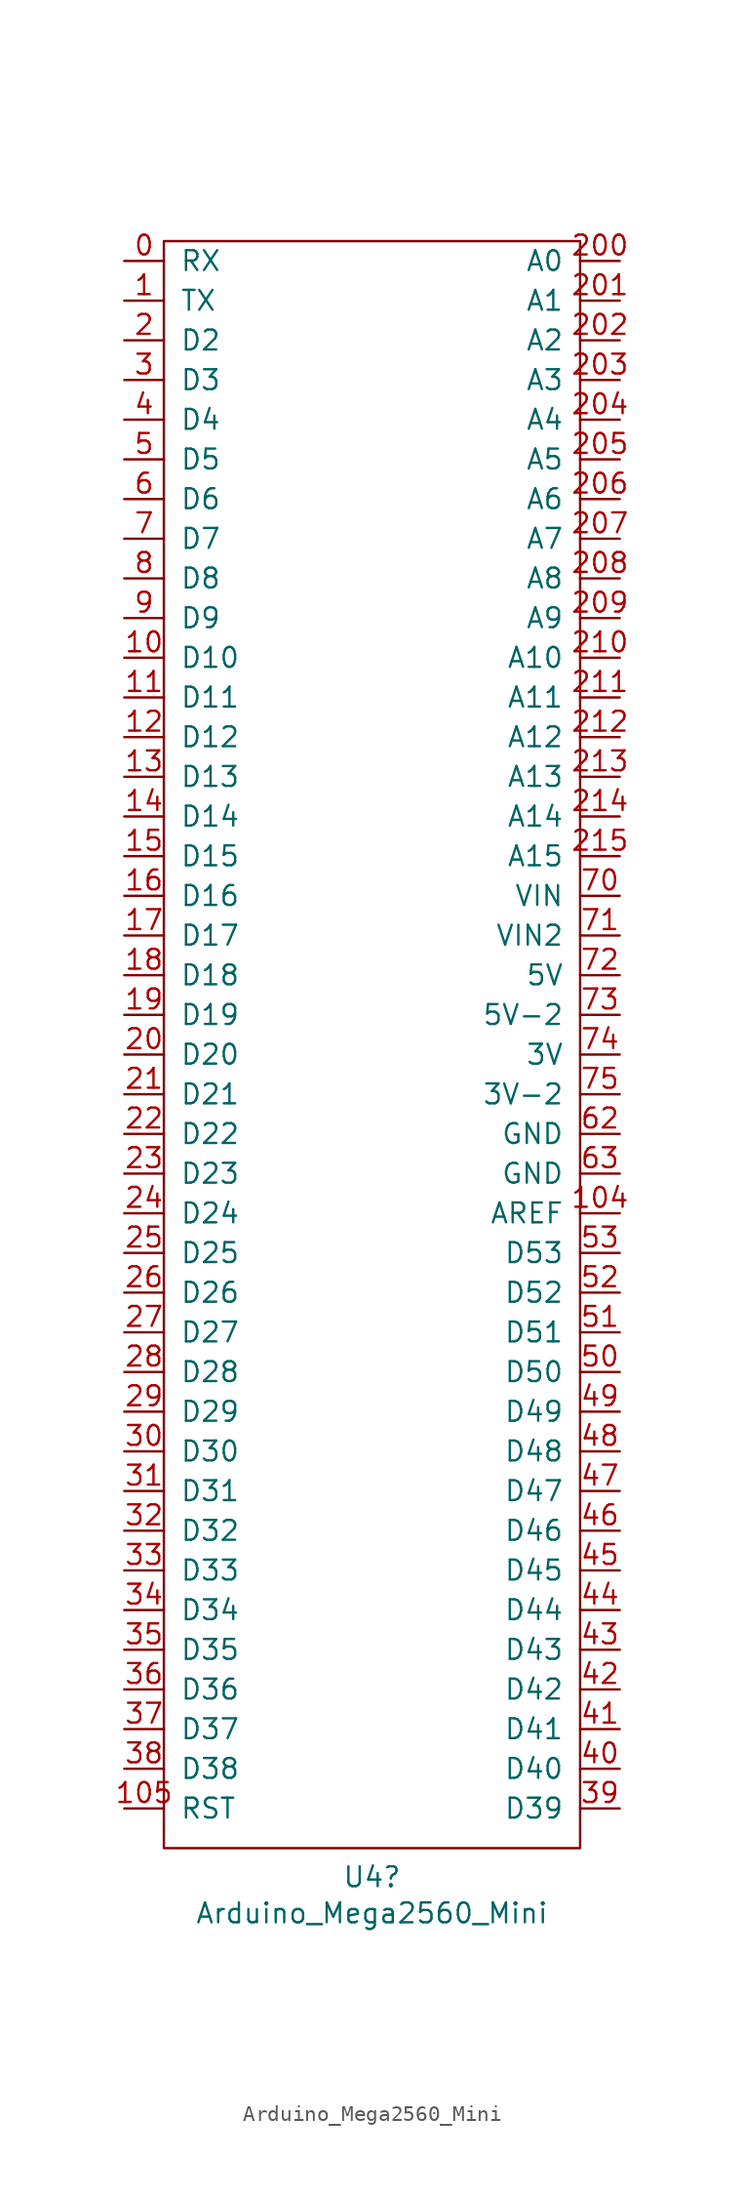
<source format=kicad_sym>
(kicad_symbol_lib
  (version 20211014)
  (generator kicad_symbol_editor)
  (symbol "Arduino_Mega2560_Mini"
    (pin_names
      (offset 1.016))
    (property "Reference" "U4"
      (at -0.635 -56.464 0)
      (effects (font (size 1.27 1.27))))
    (property "Value" "Arduino_Mega2560_Mini"
      (at -0.635 -58.776 0)
      (effects (font (size 1.27 1.27))))
    (symbol "Arduino_Mega2560_Mini_0_1"
      (rectangle (start -13.97 48.26) (end 12.7 -54.61) (stroke (width 0) (type default) (color 0 0 0 0)) (fill (type none))))
    (symbol "Arduino_Mega2560_Mini_1_1"
      (pin bidirectional line (at -16.51 46.99 0) (length 2.54) (name "RX" (effects (font (size 1.27 1.27)))) (number "0" (effects (font (size 1.27 1.27)))))
      (pin bidirectional line (at -16.51 44.45 0) (length 2.54) (name "TX" (effects (font (size 1.27 1.27)))) (number "1" (effects (font (size 1.27 1.27)))))
      (pin bidirectional line (at -16.51 21.59 0) (length 2.54) (name "D10" (effects (font (size 1.27 1.27)))) (number "10" (effects (font (size 1.27 1.27)))))
      (pin bidirectional line (at 15.24 -13.97 180) (length 2.54) (name "AREF" (effects (font (size 1.27 1.27)))) (number "104" (effects (font (size 1.27 1.27)))))
      (pin bidirectional line (at -16.51 -52.07 0) (length 2.54) (name "RST" (effects (font (size 1.27 1.27)))) (number "105" (effects (font (size 1.27 1.27)))))
      (pin bidirectional line (at -16.51 19.05 0) (length 2.54) (name "D11" (effects (font (size 1.27 1.27)))) (number "11" (effects (font (size 1.27 1.27)))))
      (pin bidirectional line (at -16.51 16.51 0) (length 2.54) (name "D12" (effects (font (size 1.27 1.27)))) (number "12" (effects (font (size 1.27 1.27)))))
      (pin bidirectional line (at -16.51 13.97 0) (length 2.54) (name "D13" (effects (font (size 1.27 1.27)))) (number "13" (effects (font (size 1.27 1.27)))))
      (pin bidirectional line (at -16.51 11.43 0) (length 2.54) (name "D14" (effects (font (size 1.27 1.27)))) (number "14" (effects (font (size 1.27 1.27)))))
      (pin bidirectional line (at -16.51 8.89 0) (length 2.54) (name "D15" (effects (font (size 1.27 1.27)))) (number "15" (effects (font (size 1.27 1.27)))))
      (pin bidirectional line (at -16.51 6.35 0) (length 2.54) (name "D16" (effects (font (size 1.27 1.27)))) (number "16" (effects (font (size 1.27 1.27)))))
      (pin bidirectional line (at -16.51 3.81 0) (length 2.54) (name "D17" (effects (font (size 1.27 1.27)))) (number "17" (effects (font (size 1.27 1.27)))))
      (pin bidirectional line (at -16.51 1.27 0) (length 2.54) (name "D18" (effects (font (size 1.27 1.27)))) (number "18" (effects (font (size 1.27 1.27)))))
      (pin bidirectional line (at -16.51 -1.27 0) (length 2.54) (name "D19" (effects (font (size 1.27 1.27)))) (number "19" (effects (font (size 1.27 1.27)))))
      (pin bidirectional line (at -16.51 41.91 0) (length 2.54) (name "D2" (effects (font (size 1.27 1.27)))) (number "2" (effects (font (size 1.27 1.27)))))
      (pin bidirectional line (at -16.51 -3.81 0) (length 2.54) (name "D20" (effects (font (size 1.27 1.27)))) (number "20" (effects (font (size 1.27 1.27)))))
      (pin bidirectional line (at 15.24 46.99 180) (length 2.54) (name "A0" (effects (font (size 1.27 1.27)))) (number "200" (effects (font (size 1.27 1.27)))))
      (pin bidirectional line (at 15.24 44.45 180) (length 2.54) (name "A1" (effects (font (size 1.27 1.27)))) (number "201" (effects (font (size 1.27 1.27)))))
      (pin bidirectional line (at 15.24 41.91 180) (length 2.54) (name "A2" (effects (font (size 1.27 1.27)))) (number "202" (effects (font (size 1.27 1.27)))))
      (pin bidirectional line (at 15.24 39.37 180) (length 2.54) (name "A3" (effects (font (size 1.27 1.27)))) (number "203" (effects (font (size 1.27 1.27)))))
      (pin bidirectional line (at 15.24 36.83 180) (length 2.54) (name "A4" (effects (font (size 1.27 1.27)))) (number "204" (effects (font (size 1.27 1.27)))))
      (pin bidirectional line (at 15.24 34.29 180) (length 2.54) (name "A5" (effects (font (size 1.27 1.27)))) (number "205" (effects (font (size 1.27 1.27)))))
      (pin bidirectional line (at 15.24 31.75 180) (length 2.54) (name "A6" (effects (font (size 1.27 1.27)))) (number "206" (effects (font (size 1.27 1.27)))))
      (pin bidirectional line (at 15.24 29.21 180) (length 2.54) (name "A7" (effects (font (size 1.27 1.27)))) (number "207" (effects (font (size 1.27 1.27)))))
      (pin bidirectional line (at 15.24 26.67 180) (length 2.54) (name "A8" (effects (font (size 1.27 1.27)))) (number "208" (effects (font (size 1.27 1.27)))))
      (pin bidirectional line (at 15.24 24.13 180) (length 2.54) (name "A9" (effects (font (size 1.27 1.27)))) (number "209" (effects (font (size 1.27 1.27)))))
      (pin bidirectional line (at -16.51 -6.35 0) (length 2.54) (name "D21" (effects (font (size 1.27 1.27)))) (number "21" (effects (font (size 1.27 1.27)))))
      (pin bidirectional line (at 15.24 21.59 180) (length 2.54) (name "A10" (effects (font (size 1.27 1.27)))) (number "210" (effects (font (size 1.27 1.27)))))
      (pin bidirectional line (at 15.24 19.05 180) (length 2.54) (name "A11" (effects (font (size 1.27 1.27)))) (number "211" (effects (font (size 1.27 1.27)))))
      (pin bidirectional line (at 15.24 16.51 180) (length 2.54) (name "A12" (effects (font (size 1.27 1.27)))) (number "212" (effects (font (size 1.27 1.27)))))
      (pin bidirectional line (at 15.24 13.97 180) (length 2.54) (name "A13" (effects (font (size 1.27 1.27)))) (number "213" (effects (font (size 1.27 1.27)))))
      (pin bidirectional line (at 15.24 11.43 180) (length 2.54) (name "A14" (effects (font (size 1.27 1.27)))) (number "214" (effects (font (size 1.27 1.27)))))
      (pin bidirectional line (at 15.24 8.89 180) (length 2.54) (name "A15" (effects (font (size 1.27 1.27)))) (number "215" (effects (font (size 1.27 1.27)))))
      (pin bidirectional line (at -16.51 -8.89 0) (length 2.54) (name "D22" (effects (font (size 1.27 1.27)))) (number "22" (effects (font (size 1.27 1.27)))))
      (pin bidirectional line (at -16.51 -11.43 0) (length 2.54) (name "D23" (effects (font (size 1.27 1.27)))) (number "23" (effects (font (size 1.27 1.27)))))
      (pin bidirectional line (at -16.51 -13.97 0) (length 2.54) (name "D24" (effects (font (size 1.27 1.27)))) (number "24" (effects (font (size 1.27 1.27)))))
      (pin bidirectional line (at -16.51 -16.51 0) (length 2.54) (name "D25" (effects (font (size 1.27 1.27)))) (number "25" (effects (font (size 1.27 1.27)))))
      (pin bidirectional line (at -16.51 -19.05 0) (length 2.54) (name "D26" (effects (font (size 1.27 1.27)))) (number "26" (effects (font (size 1.27 1.27)))))
      (pin bidirectional line (at -16.51 -21.59 0) (length 2.54) (name "D27" (effects (font (size 1.27 1.27)))) (number "27" (effects (font (size 1.27 1.27)))))
      (pin bidirectional line (at -16.51 -24.13 0) (length 2.54) (name "D28" (effects (font (size 1.27 1.27)))) (number "28" (effects (font (size 1.27 1.27)))))
      (pin bidirectional line (at -16.51 -26.67 0) (length 2.54) (name "D29" (effects (font (size 1.27 1.27)))) (number "29" (effects (font (size 1.27 1.27)))))
      (pin bidirectional line (at -16.51 39.37 0) (length 2.54) (name "D3" (effects (font (size 1.27 1.27)))) (number "3" (effects (font (size 1.27 1.27)))))
      (pin bidirectional line (at -16.51 -29.21 0) (length 2.54) (name "D30" (effects (font (size 1.27 1.27)))) (number "30" (effects (font (size 1.27 1.27)))))
      (pin bidirectional line (at -16.51 -31.75 0) (length 2.54) (name "D31" (effects (font (size 1.27 1.27)))) (number "31" (effects (font (size 1.27 1.27)))))
      (pin bidirectional line (at -16.51 -34.29 0) (length 2.54) (name "D32" (effects (font (size 1.27 1.27)))) (number "32" (effects (font (size 1.27 1.27)))))
      (pin bidirectional line (at -16.51 -36.83 0) (length 2.54) (name "D33" (effects (font (size 1.27 1.27)))) (number "33" (effects (font (size 1.27 1.27)))))
      (pin bidirectional line (at -16.51 -39.37 0) (length 2.54) (name "D34" (effects (font (size 1.27 1.27)))) (number "34" (effects (font (size 1.27 1.27)))))
      (pin bidirectional line (at -16.51 -41.91 0) (length 2.54) (name "D35" (effects (font (size 1.27 1.27)))) (number "35" (effects (font (size 1.27 1.27)))))
      (pin bidirectional line (at -16.51 -44.45 0) (length 2.54) (name "D36" (effects (font (size 1.27 1.27)))) (number "36" (effects (font (size 1.27 1.27)))))
      (pin bidirectional line (at -16.51 -46.99 0) (length 2.54) (name "D37" (effects (font (size 1.27 1.27)))) (number "37" (effects (font (size 1.27 1.27)))))
      (pin bidirectional line (at -16.51 -49.53 0) (length 2.54) (name "D38" (effects (font (size 1.27 1.27)))) (number "38" (effects (font (size 1.27 1.27)))))
      (pin bidirectional line (at 15.24 -52.07 180) (length 2.54) (name "D39" (effects (font (size 1.27 1.27)))) (number "39" (effects (font (size 1.27 1.27)))))
      (pin bidirectional line (at -16.51 36.83 0) (length 2.54) (name "D4" (effects (font (size 1.27 1.27)))) (number "4" (effects (font (size 1.27 1.27)))))
      (pin bidirectional line (at 15.24 -49.53 180) (length 2.54) (name "D40" (effects (font (size 1.27 1.27)))) (number "40" (effects (font (size 1.27 1.27)))))
      (pin bidirectional line (at 15.24 -46.99 180) (length 2.54) (name "D41" (effects (font (size 1.27 1.27)))) (number "41" (effects (font (size 1.27 1.27)))))
      (pin bidirectional line (at 15.24 -44.45 180) (length 2.54) (name "D42" (effects (font (size 1.27 1.27)))) (number "42" (effects (font (size 1.27 1.27)))))
      (pin bidirectional line (at 15.24 -41.91 180) (length 2.54) (name "D43" (effects (font (size 1.27 1.27)))) (number "43" (effects (font (size 1.27 1.27)))))
      (pin bidirectional line (at 15.24 -39.37 180) (length 2.54) (name "D44" (effects (font (size 1.27 1.27)))) (number "44" (effects (font (size 1.27 1.27)))))
      (pin bidirectional line (at 15.24 -36.83 180) (length 2.54) (name "D45" (effects (font (size 1.27 1.27)))) (number "45" (effects (font (size 1.27 1.27)))))
      (pin bidirectional line (at 15.24 -34.29 180) (length 2.54) (name "D46" (effects (font (size 1.27 1.27)))) (number "46" (effects (font (size 1.27 1.27)))))
      (pin bidirectional line (at 15.24 -31.75 180) (length 2.54) (name "D47" (effects (font (size 1.27 1.27)))) (number "47" (effects (font (size 1.27 1.27)))))
      (pin bidirectional line (at 15.24 -29.21 180) (length 2.54) (name "D48" (effects (font (size 1.27 1.27)))) (number "48" (effects (font (size 1.27 1.27)))))
      (pin bidirectional line (at 15.24 -26.67 180) (length 2.54) (name "D49" (effects (font (size 1.27 1.27)))) (number "49" (effects (font (size 1.27 1.27)))))
      (pin bidirectional line (at -16.51 34.29 0) (length 2.54) (name "D5" (effects (font (size 1.27 1.27)))) (number "5" (effects (font (size 1.27 1.27)))))
      (pin bidirectional line (at 15.24 -24.13 180) (length 2.54) (name "D50" (effects (font (size 1.27 1.27)))) (number "50" (effects (font (size 1.27 1.27)))))
      (pin bidirectional line (at 15.24 -21.59 180) (length 2.54) (name "D51" (effects (font (size 1.27 1.27)))) (number "51" (effects (font (size 1.27 1.27)))))
      (pin bidirectional line (at 15.24 -19.05 180) (length 2.54) (name "D52" (effects (font (size 1.27 1.27)))) (number "52" (effects (font (size 1.27 1.27)))))
      (pin bidirectional line (at 15.24 -16.51 180) (length 2.54) (name "D53" (effects (font (size 1.27 1.27)))) (number "53" (effects (font (size 1.27 1.27)))))
      (pin bidirectional line (at -16.51 31.75 0) (length 2.54) (name "D6" (effects (font (size 1.27 1.27)))) (number "6" (effects (font (size 1.27 1.27)))))
      (pin input line (at 15.24 -8.89 180) (length 2.54) (name "GND" (effects (font (size 1.27 1.27)))) (number "62" (effects (font (size 1.27 1.27)))))
      (pin input line (at 15.24 -11.43 180) (length 2.54) (name "GND" (effects (font (size 1.27 1.27)))) (number "63" (effects (font (size 1.27 1.27)))))
      (pin bidirectional line (at -16.51 29.21 0) (length 2.54) (name "D7" (effects (font (size 1.27 1.27)))) (number "7" (effects (font (size 1.27 1.27)))))
      (pin input line (at 15.24 6.35 180) (length 2.54) (name "VIN" (effects (font (size 1.27 1.27)))) (number "70" (effects (font (size 1.27 1.27)))))
      (pin input line (at 15.24 3.81 180) (length 2.54) (name "VIN2" (effects (font (size 1.27 1.27)))) (number "71" (effects (font (size 1.27 1.27)))))
      (pin input line (at 15.24 1.27 180) (length 2.54) (name "5V" (effects (font (size 1.27 1.27)))) (number "72" (effects (font (size 1.27 1.27)))))
      (pin input line (at 15.24 -1.27 180) (length 2.54) (name "5V-2" (effects (font (size 1.27 1.27)))) (number "73" (effects (font (size 1.27 1.27)))))
      (pin input line (at 15.24 -3.81 180) (length 2.54) (name "3V" (effects (font (size 1.27 1.27)))) (number "74" (effects (font (size 1.27 1.27)))))
      (pin input line (at 15.24 -6.35 180) (length 2.54) (name "3V-2" (effects (font (size 1.27 1.27)))) (number "75" (effects (font (size 1.27 1.27)))))
      (pin bidirectional line (at -16.51 26.67 0) (length 2.54) (name "D8" (effects (font (size 1.27 1.27)))) (number "8" (effects (font (size 1.27 1.27)))))
      (pin bidirectional line (at -16.51 24.13 0) (length 2.54) (name "D9" (effects (font (size 1.27 1.27)))) (number "9" (effects (font (size 1.27 1.27))))))))
</source>
